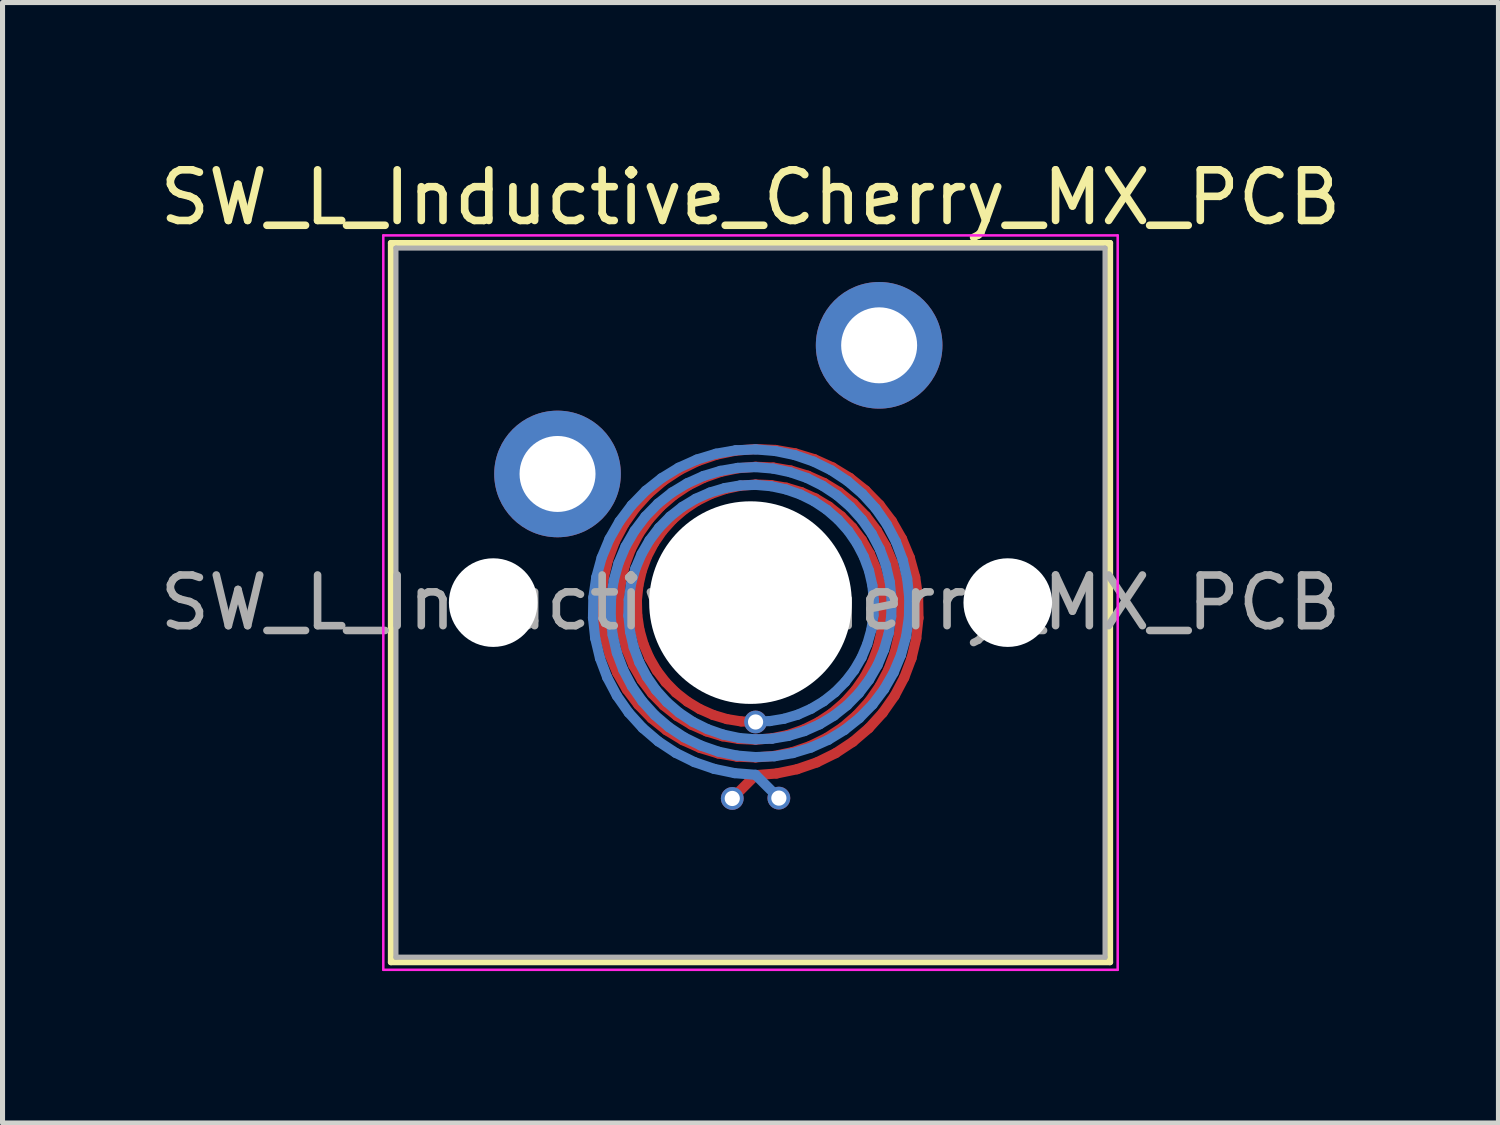
<source format=kicad_pcb>
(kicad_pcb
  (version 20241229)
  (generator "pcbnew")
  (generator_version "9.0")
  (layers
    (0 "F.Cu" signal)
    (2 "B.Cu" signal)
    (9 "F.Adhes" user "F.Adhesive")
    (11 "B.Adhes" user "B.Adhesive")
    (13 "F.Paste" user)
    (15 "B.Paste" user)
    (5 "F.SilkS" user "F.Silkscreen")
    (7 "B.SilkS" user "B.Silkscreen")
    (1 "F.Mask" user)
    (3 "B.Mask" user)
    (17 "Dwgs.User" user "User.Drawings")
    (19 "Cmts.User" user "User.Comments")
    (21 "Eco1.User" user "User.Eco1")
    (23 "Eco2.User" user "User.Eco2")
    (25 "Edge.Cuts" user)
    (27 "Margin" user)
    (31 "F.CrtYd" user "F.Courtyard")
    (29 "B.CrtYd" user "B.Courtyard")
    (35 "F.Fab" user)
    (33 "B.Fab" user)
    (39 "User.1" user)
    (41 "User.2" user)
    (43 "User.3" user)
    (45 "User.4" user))
  (footprint "SW_L_Inductive_Cherry_MX_PCB"
    (layer "F.Cu")
    (at 11.768 8.848)
    (property "Reference" "SW_L_Inductive_Cherry_MX_PCB" (at 0 -8 0) (layer "F.SilkS") (effects (font (size 1 1) (thickness 0.15))))
    (attr through_hole)
    (fp_line (start -2.942 -0.091) (end -2.901 -0.472) (stroke (width 0.2) (type solid)) (layer "F.Cu"))
    (fp_line (start -2.935 0.291) (end -2.942 -0.091) (stroke (width 0.2) (type solid)) (layer "F.Cu"))
    (fp_line (start -2.901 -0.472) (end -2.812 -0.846) (stroke (width 0.2) (type solid)) (layer "F.Cu"))
    (fp_line (start -2.88 0.669) (end -2.935 0.291) (stroke (width 0.2) (type solid)) (layer "F.Cu"))
    (fp_line (start -2.812 -0.846) (end -2.677 -1.207) (stroke (width 0.2) (type solid)) (layer "F.Cu"))
    (fp_line (start -2.779 1.035) (end -2.88 0.669) (stroke (width 0.2) (type solid)) (layer "F.Cu"))
    (fp_line (start -2.677 -1.207) (end -2.497 -1.548) (stroke (width 0.2) (type solid)) (layer "F.Cu"))
    (fp_line (start -2.633 1.386) (end -2.779 1.035) (stroke (width 0.2) (type solid)) (layer "F.Cu"))
    (fp_line (start -2.593 -0.069) (end -2.557 -0.407) (stroke (width 0.2) (type solid)) (layer "F.Cu"))
    (fp_line (start -2.586 0.269) (end -2.593 -0.069) (stroke (width 0.2) (type solid)) (layer "F.Cu"))
    (fp_line (start -2.557 -0.407) (end -2.479 -0.738) (stroke (width 0.2) (type solid)) (layer "F.Cu"))
    (fp_line (start -2.536 0.603) (end -2.586 0.269) (stroke (width 0.2) (type solid)) (layer "F.Cu"))
    (fp_line (start -2.497 -1.548) (end -2.275 -1.865) (stroke (width 0.2) (type solid)) (layer "F.Cu"))
    (fp_line (start -2.479 -0.738) (end -2.36 -1.058) (stroke (width 0.2) (type solid)) (layer "F.Cu"))
    (fp_line (start -2.446 0.927) (end -2.536 0.603) (stroke (width 0.2) (type solid)) (layer "F.Cu"))
    (fp_line (start -2.444 1.714) (end -2.633 1.386) (stroke (width 0.2) (type solid)) (layer "F.Cu"))
    (fp_line (start -2.36 -1.058) (end -2.202 -1.361) (stroke (width 0.2) (type solid)) (layer "F.Cu"))
    (fp_line (start -2.316 1.237) (end -2.446 0.927) (stroke (width 0.2) (type solid)) (layer "F.Cu"))
    (fp_line (start -2.275 -1.865) (end -2.015 -2.153) (stroke (width 0.2) (type solid)) (layer "F.Cu"))
    (fp_line (start -2.243 -0.047) (end -2.213 -0.341) (stroke (width 0.2) (type solid)) (layer "F.Cu"))
    (fp_line (start -2.236 0.247) (end -2.243 -0.047) (stroke (width 0.2) (type solid)) (layer "F.Cu"))
    (fp_line (start -2.216 2.016) (end -2.444 1.714) (stroke (width 0.2) (type solid)) (layer "F.Cu"))
    (fp_line (start -2.213 -0.341) (end -2.146 -0.63) (stroke (width 0.2) (type solid)) (layer "F.Cu"))
    (fp_line (start -2.202 -1.361) (end -2.006 -1.642) (stroke (width 0.2) (type solid)) (layer "F.Cu"))
    (fp_line (start -2.193 0.537) (end -2.236 0.247) (stroke (width 0.2) (type solid)) (layer "F.Cu"))
    (fp_line (start -2.148 1.527) (end -2.316 1.237) (stroke (width 0.2) (type solid)) (layer "F.Cu"))
    (fp_line (start -2.146 -0.63) (end -2.044 -0.909) (stroke (width 0.2) (type solid)) (layer "F.Cu"))
    (fp_line (start -2.113 0.819) (end -2.193 0.537) (stroke (width 0.2) (type solid)) (layer "F.Cu"))
    (fp_line (start -2.044 -0.909) (end -1.906 -1.173) (stroke (width 0.2) (type solid)) (layer "F.Cu"))
    (fp_line (start -2.015 -2.153) (end -1.72 -2.406) (stroke (width 0.2) (type solid)) (layer "F.Cu"))
    (fp_line (start -2.006 -1.642) (end -1.776 -1.897) (stroke (width 0.2) (type solid)) (layer "F.Cu"))
    (fp_line (start -1.999 1.088) (end -2.113 0.819) (stroke (width 0.2) (type solid)) (layer "F.Cu"))
    (fp_line (start -1.953 2.286) (end -2.216 2.016) (stroke (width 0.2) (type solid)) (layer "F.Cu"))
    (fp_line (start -1.946 1.793) (end -2.148 1.527) (stroke (width 0.2) (type solid)) (layer "F.Cu"))
    (fp_line (start -1.906 -1.173) (end -1.736 -1.419) (stroke (width 0.2) (type solid)) (layer "F.Cu"))
    (fp_line (start -1.853 1.339) (end -1.999 1.088) (stroke (width 0.2) (type solid)) (layer "F.Cu"))
    (fp_line (start -1.776 -1.897) (end -1.515 -2.122) (stroke (width 0.2) (type solid)) (layer "F.Cu"))
    (fp_line (start -1.736 -1.419) (end -1.536 -1.642) (stroke (width 0.2) (type solid)) (layer "F.Cu"))
    (fp_line (start -1.72 -2.406) (end -1.395 -2.62) (stroke (width 0.2) (type solid)) (layer "F.Cu"))
    (fp_line (start -1.713 2.031) (end -1.946 1.793) (stroke (width 0.2) (type solid)) (layer "F.Cu"))
    (fp_line (start -1.677 1.57) (end -1.853 1.339) (stroke (width 0.2) (type solid)) (layer "F.Cu"))
    (fp_line (start -1.659 2.521) (end -1.953 2.286) (stroke (width 0.2) (type solid)) (layer "F.Cu"))
    (fp_line (start -1.536 -1.642) (end -1.309 -1.839) (stroke (width 0.2) (type solid)) (layer "F.Cu"))
    (fp_line (start -1.515 -2.122) (end -1.227 -2.313) (stroke (width 0.2) (type solid)) (layer "F.Cu"))
    (fp_line (start -1.474 1.776) (end -1.677 1.57) (stroke (width 0.2) (type solid)) (layer "F.Cu"))
    (fp_line (start -1.453 2.237) (end -1.713 2.031) (stroke (width 0.2) (type solid)) (layer "F.Cu"))
    (fp_line (start -1.395 -2.62) (end -1.045 -2.793) (stroke (width 0.2) (type solid)) (layer "F.Cu"))
    (fp_line (start -1.338 2.716) (end -1.659 2.521) (stroke (width 0.2) (type solid)) (layer "F.Cu"))
    (fp_line (start -1.309 -1.839) (end -1.058 -2.007) (stroke (width 0.2) (type solid)) (layer "F.Cu"))
    (fp_line (start -1.247 1.954) (end -1.474 1.776) (stroke (width 0.2) (type solid)) (layer "F.Cu"))
    (fp_line (start -1.227 -2.313) (end -0.916 -2.467) (stroke (width 0.2) (type solid)) (layer "F.Cu"))
    (fp_line (start -1.169 2.409) (end -1.453 2.237) (stroke (width 0.2) (type solid)) (layer "F.Cu"))
    (fp_line (start -1.058 -2.007) (end -0.788 -2.142) (stroke (width 0.2) (type solid)) (layer "F.Cu"))
    (fp_line (start -1.045 -2.793) (end -0.675 -2.92) (stroke (width 0.2) (type solid)) (layer "F.Cu"))
    (fp_line (start -1.001 2.102) (end -1.247 1.954) (stroke (width 0.2) (type solid)) (layer "F.Cu"))
    (fp_line (start -0.996 2.869) (end -1.338 2.716) (stroke (width 0.2) (type solid)) (layer "F.Cu"))
    (fp_line (start -0.916 -2.467) (end -0.588 -2.581) (stroke (width 0.2) (type solid)) (layer "F.Cu"))
    (fp_line (start -0.867 2.543) (end -1.169 2.409) (stroke (width 0.2) (type solid)) (layer "F.Cu"))
    (fp_line (start -0.788 -2.142) (end -0.501 -2.242) (stroke (width 0.2) (type solid)) (layer "F.Cu"))
    (fp_line (start -0.739 2.218) (end -1.001 2.102) (stroke (width 0.2) (type solid)) (layer "F.Cu"))
    (fp_line (start -0.675 -2.92) (end -0.292 -3) (stroke (width 0.2) (type solid)) (layer "F.Cu"))
    (fp_line (start -0.639 2.978) (end -0.996 2.869) (stroke (width 0.2) (type solid)) (layer "F.Cu"))
    (fp_line (start -0.588 -2.581) (end -0.248 -2.653) (stroke (width 0.2) (type solid)) (layer "F.Cu"))
    (fp_line (start -0.552 2.639) (end -0.867 2.543) (stroke (width 0.2) (type solid)) (layer "F.Cu"))
    (fp_line (start -0.501 -2.242) (end -0.204 -2.306) (stroke (width 0.2) (type solid)) (layer "F.Cu"))
    (fp_line (start -0.465 2.3) (end -0.739 2.218) (stroke (width 0.2) (type solid)) (layer "F.Cu"))
    (fp_line (start -0.292 -3) (end 0.1 -3.032) (stroke (width 0.2) (type solid)) (layer "F.Cu"))
    (fp_line (start -0.271 3.041) (end -0.639 2.978) (stroke (width 0.2) (type solid)) (layer "F.Cu"))
    (fp_line (start -0.248 -2.653) (end 0.1 -2.682) (stroke (width 0.2) (type solid)) (layer "F.Cu"))
    (fp_line (start -0.228 2.693) (end -0.552 2.639) (stroke (width 0.2) (type solid)) (layer "F.Cu"))
    (fp_line (start -0.204 -2.306) (end 0.1 -2.332) (stroke (width 0.2) (type solid)) (layer "F.Cu"))
    (fp_line (start -0.184 2.346) (end -0.465 2.3) (stroke (width 0.2) (type solid)) (layer "F.Cu"))
    (fp_line (start 0.1 -3.032) (end 0.493 -3.014) (stroke (width 0.2) (type solid)) (layer "F.Cu"))
    (fp_line (start 0.1 -2.682) (end 0.45 -2.667) (stroke (width 0.2) (type solid)) (layer "F.Cu"))
    (fp_line (start 0.1 -2.332) (end 0.406 -2.32) (stroke (width 0.2) (type solid)) (layer "F.Cu"))
    (fp_line (start 0.1 2.357) (end -0.184 2.346) (stroke (width 0.2) (type solid)) (layer "F.Cu"))
    (fp_line (start 0.1 2.707) (end -0.228 2.693) (stroke (width 0.2) (type solid)) (layer "F.Cu"))
    (fp_line (start 0.1 3.057) (end -0.271 3.041) (stroke (width 0.2) (type solid)) (layer "F.Cu"))
    (fp_line (start 0.1 3.407) (end -0.36 3.867) (stroke (width 0.2) (type solid)) (layer "F.Cu"))
    (fp_line (start 0.406 -2.32) (end 0.708 -2.269) (stroke (width 0.2) (type solid)) (layer "F.Cu"))
    (fp_line (start 0.426 2.679) (end 0.1 2.707) (stroke (width 0.2) (type solid)) (layer "F.Cu"))
    (fp_line (start 0.45 -2.667) (end 0.795 -2.608) (stroke (width 0.2) (type solid)) (layer "F.Cu"))
    (fp_line (start 0.47 3.027) (end 0.1 3.057) (stroke (width 0.2) (type solid)) (layer "F.Cu"))
    (fp_line (start 0.493 -3.014) (end 0.882 -2.947) (stroke (width 0.2) (type solid)) (layer "F.Cu"))
    (fp_line (start 0.514 3.374) (end 0.1 3.407) (stroke (width 0.2) (type solid)) (layer "F.Cu"))
    (fp_line (start 0.708 -2.269) (end 1.003 -2.181) (stroke (width 0.2) (type solid)) (layer "F.Cu"))
    (fp_line (start 0.745 2.612) (end 0.426 2.679) (stroke (width 0.2) (type solid)) (layer "F.Cu"))
    (fp_line (start 0.795 -2.608) (end 1.132 -2.506) (stroke (width 0.2) (type solid)) (layer "F.Cu"))
    (fp_line (start 0.832 2.951) (end 0.47 3.027) (stroke (width 0.2) (type solid)) (layer "F.Cu"))
    (fp_line (start 0.882 -2.947) (end 1.261 -2.832) (stroke (width 0.2) (type solid)) (layer "F.Cu"))
    (fp_line (start 0.919 3.29) (end 0.514 3.374) (stroke (width 0.2) (type solid)) (layer "F.Cu"))
    (fp_line (start 1.003 -2.181) (end 1.285 -2.056) (stroke (width 0.2) (type solid)) (layer "F.Cu"))
    (fp_line (start 1.052 2.504) (end 0.745 2.612) (stroke (width 0.2) (type solid)) (layer "F.Cu"))
    (fp_line (start 1.132 -2.506) (end 1.454 -2.362) (stroke (width 0.2) (type solid)) (layer "F.Cu"))
    (fp_line (start 1.181 2.83) (end 0.832 2.951) (stroke (width 0.2) (type solid)) (layer "F.Cu"))
    (fp_line (start 1.261 -2.832) (end 1.622 -2.669) (stroke (width 0.2) (type solid)) (layer "F.Cu"))
    (fp_line (start 1.285 -2.056) (end 1.55 -1.896) (stroke (width 0.2) (type solid)) (layer "F.Cu"))
    (fp_line (start 1.31 3.155) (end 0.919 3.29) (stroke (width 0.2) (type solid)) (layer "F.Cu"))
    (fp_line (start 1.342 2.36) (end 1.052 2.504) (stroke (width 0.2) (type solid)) (layer "F.Cu"))
    (fp_line (start 1.454 -2.362) (end 1.756 -2.179) (stroke (width 0.2) (type solid)) (layer "F.Cu"))
    (fp_line (start 1.511 2.667) (end 1.181 2.83) (stroke (width 0.2) (type solid)) (layer "F.Cu"))
    (fp_line (start 1.55 -1.896) (end 1.794 -1.703) (stroke (width 0.2) (type solid)) (layer "F.Cu"))
    (fp_line (start 1.612 2.181) (end 1.342 2.36) (stroke (width 0.2) (type solid)) (layer "F.Cu"))
    (fp_line (start 1.622 -2.669) (end 1.962 -2.462) (stroke (width 0.2) (type solid)) (layer "F.Cu"))
    (fp_line (start 1.68 2.973) (end 1.31 3.155) (stroke (width 0.2) (type solid)) (layer "F.Cu"))
    (fp_line (start 1.756 -2.179) (end 2.033 -1.959) (stroke (width 0.2) (type solid)) (layer "F.Cu"))
    (fp_line (start 1.794 -1.703) (end 2.012 -1.481) (stroke (width 0.2) (type solid)) (layer "F.Cu"))
    (fp_line (start 1.818 2.464) (end 1.511 2.667) (stroke (width 0.2) (type solid)) (layer "F.Cu"))
    (fp_line (start 1.856 1.97) (end 1.612 2.181) (stroke (width 0.2) (type solid)) (layer "F.Cu"))
    (fp_line (start 1.962 -2.462) (end 2.273 -2.214) (stroke (width 0.2) (type solid)) (layer "F.Cu"))
    (fp_line (start 2.012 -1.481) (end 2.201 -1.233) (stroke (width 0.2) (type solid)) (layer "F.Cu"))
    (fp_line (start 2.023 2.747) (end 1.68 2.973) (stroke (width 0.2) (type solid)) (layer "F.Cu"))
    (fp_line (start 2.033 -1.959) (end 2.281 -1.705) (stroke (width 0.2) (type solid)) (layer "F.Cu"))
    (fp_line (start 2.071 1.731) (end 1.856 1.97) (stroke (width 0.2) (type solid)) (layer "F.Cu"))
    (fp_line (start 2.095 2.225) (end 1.818 2.464) (stroke (width 0.2) (type solid)) (layer "F.Cu"))
    (fp_line (start 2.201 -1.233) (end 2.358 -0.962) (stroke (width 0.2) (type solid)) (layer "F.Cu"))
    (fp_line (start 2.254 1.467) (end 2.071 1.731) (stroke (width 0.2) (type solid)) (layer "F.Cu"))
    (fp_line (start 2.273 -2.214) (end 2.551 -1.928) (stroke (width 0.2) (type solid)) (layer "F.Cu"))
    (fp_line (start 2.281 -1.705) (end 2.496 -1.421) (stroke (width 0.2) (type solid)) (layer "F.Cu"))
    (fp_line (start 2.335 2.48) (end 2.023 2.747) (stroke (width 0.2) (type solid)) (layer "F.Cu"))
    (fp_line (start 2.341 1.954) (end 2.095 2.225) (stroke (width 0.2) (type solid)) (layer "F.Cu"))
    (fp_line (start 2.358 -0.962) (end 2.48 -0.673) (stroke (width 0.2) (type solid)) (layer "F.Cu"))
    (fp_line (start 2.402 1.183) (end 2.254 1.467) (stroke (width 0.2) (type solid)) (layer "F.Cu"))
    (fp_line (start 2.48 -0.673) (end 2.565 -0.37) (stroke (width 0.2) (type solid)) (layer "F.Cu"))
    (fp_line (start 2.496 -1.421) (end 2.674 -1.111) (stroke (width 0.2) (type solid)) (layer "F.Cu"))
    (fp_line (start 2.513 0.884) (end 2.402 1.183) (stroke (width 0.2) (type solid)) (layer "F.Cu"))
    (fp_line (start 2.549 1.654) (end 2.341 1.954) (stroke (width 0.2) (type solid)) (layer "F.Cu"))
    (fp_line (start 2.551 -1.928) (end 2.792 -1.608) (stroke (width 0.2) (type solid)) (layer "F.Cu"))
    (fp_line (start 2.565 -0.37) (end 2.611 -0.058) (stroke (width 0.2) (type solid)) (layer "F.Cu"))
    (fp_line (start 2.585 0.574) (end 2.513 0.884) (stroke (width 0.2) (type solid)) (layer "F.Cu"))
    (fp_line (start 2.61 2.177) (end 2.335 2.48) (stroke (width 0.2) (type solid)) (layer "F.Cu"))
    (fp_line (start 2.611 -0.058) (end 2.618 0.258) (stroke (width 0.2) (type solid)) (layer "F.Cu"))
    (fp_line (start 2.618 0.258) (end 2.585 0.574) (stroke (width 0.2) (type solid)) (layer "F.Cu"))
    (fp_line (start 2.674 -1.111) (end 2.812 -0.781) (stroke (width 0.2) (type solid)) (layer "F.Cu"))
    (fp_line (start 2.719 1.332) (end 2.549 1.654) (stroke (width 0.2) (type solid)) (layer "F.Cu"))
    (fp_line (start 2.792 -1.608) (end 2.991 -1.26) (stroke (width 0.2) (type solid)) (layer "F.Cu"))
    (fp_line (start 2.812 -0.781) (end 2.908 -0.436) (stroke (width 0.2) (type solid)) (layer "F.Cu"))
    (fp_line (start 2.845 1.842) (end 2.61 2.177) (stroke (width 0.2) (type solid)) (layer "F.Cu"))
    (fp_line (start 2.846 0.992) (end 2.719 1.332) (stroke (width 0.2) (type solid)) (layer "F.Cu"))
    (fp_line (start 2.908 -0.436) (end 2.96 -0.08) (stroke (width 0.2) (type solid)) (layer "F.Cu"))
    (fp_line (start 2.929 0.64) (end 2.846 0.992) (stroke (width 0.2) (type solid)) (layer "F.Cu"))
    (fp_line (start 2.96 -0.08) (end 2.967 0.28) (stroke (width 0.2) (type solid)) (layer "F.Cu"))
    (fp_line (start 2.967 0.28) (end 2.929 0.64) (stroke (width 0.2) (type solid)) (layer "F.Cu"))
    (fp_line (start 2.991 -1.26) (end 3.145 -0.889) (stroke (width 0.2) (type solid)) (layer "F.Cu"))
    (fp_line (start 3.035 1.481) (end 2.845 1.842) (stroke (width 0.2) (type solid)) (layer "F.Cu"))
    (fp_line (start 3.145 -0.889) (end 3.252 -0.501) (stroke (width 0.2) (type solid)) (layer "F.Cu"))
    (fp_line (start 3.179 1.1) (end 3.035 1.481) (stroke (width 0.2) (type solid)) (layer "F.Cu"))
    (fp_line (start 3.252 -0.501) (end 3.31 -0.102) (stroke (width 0.2) (type solid)) (layer "F.Cu"))
    (fp_line (start 3.273 0.705) (end 3.179 1.1) (stroke (width 0.2) (type solid)) (layer "F.Cu"))
    (fp_line (start 3.31 -0.102) (end 3.317 0.302) (stroke (width 0.2) (type solid)) (layer "F.Cu"))
    (fp_line (start 3.317 0.302) (end 3.273 0.705) (stroke (width 0.2) (type solid)) (layer "F.Cu"))
    (fp_line (start -3.11 0.302) (end -3.103 -0.101) (stroke (width 0.2) (type solid)) (layer "B.Cu"))
    (fp_line (start -3.103 -0.101) (end -3.045 -0.5) (stroke (width 0.2) (type solid)) (layer "B.Cu"))
    (fp_line (start -3.066 0.704) (end -3.11 0.302) (stroke (width 0.2) (type solid)) (layer "B.Cu"))
    (fp_line (start -3.045 -0.5) (end -2.939 -0.887) (stroke (width 0.2) (type solid)) (layer "B.Cu"))
    (fp_line (start -2.972 1.098) (end -3.066 0.704) (stroke (width 0.2) (type solid)) (layer "B.Cu"))
    (fp_line (start -2.939 -0.887) (end -2.785 -1.257) (stroke (width 0.2) (type solid)) (layer "B.Cu"))
    (fp_line (start -2.829 1.478) (end -2.972 1.098) (stroke (width 0.2) (type solid)) (layer "B.Cu"))
    (fp_line (start -2.785 -1.257) (end -2.586 -1.604) (stroke (width 0.2) (type solid)) (layer "B.Cu"))
    (fp_line (start -2.76 0.28) (end -2.753 -0.08) (stroke (width 0.2) (type solid)) (layer "B.Cu"))
    (fp_line (start -2.753 -0.08) (end -2.701 -0.434) (stroke (width 0.2) (type solid)) (layer "B.Cu"))
    (fp_line (start -2.722 0.638) (end -2.76 0.28) (stroke (width 0.2) (type solid)) (layer "B.Cu"))
    (fp_line (start -2.701 -0.434) (end -2.606 -0.779) (stroke (width 0.2) (type solid)) (layer "B.Cu"))
    (fp_line (start -2.639 0.99) (end -2.722 0.638) (stroke (width 0.2) (type solid)) (layer "B.Cu"))
    (fp_line (start -2.639 1.838) (end -2.829 1.478) (stroke (width 0.2) (type solid)) (layer "B.Cu"))
    (fp_line (start -2.606 -0.779) (end -2.468 -1.108) (stroke (width 0.2) (type solid)) (layer "B.Cu"))
    (fp_line (start -2.586 -1.604) (end -2.346 -1.923) (stroke (width 0.2) (type solid)) (layer "B.Cu"))
    (fp_line (start -2.512 1.329) (end -2.639 0.99) (stroke (width 0.2) (type solid)) (layer "B.Cu"))
    (fp_line (start -2.468 -1.108) (end -2.29 -1.417) (stroke (width 0.2) (type solid)) (layer "B.Cu"))
    (fp_line (start -2.411 0.258) (end -2.404 -0.058) (stroke (width 0.2) (type solid)) (layer "B.Cu"))
    (fp_line (start -2.405 2.172) (end -2.639 1.838) (stroke (width 0.2) (type solid)) (layer "B.Cu"))
    (fp_line (start -2.404 -0.058) (end -2.358 -0.369) (stroke (width 0.2) (type solid)) (layer "B.Cu"))
    (fp_line (start -2.378 0.573) (end -2.411 0.258) (stroke (width 0.2) (type solid)) (layer "B.Cu"))
    (fp_line (start -2.358 -0.369) (end -2.273 -0.671) (stroke (width 0.2) (type solid)) (layer "B.Cu"))
    (fp_line (start -2.346 -1.923) (end -2.068 -2.209) (stroke (width 0.2) (type solid)) (layer "B.Cu"))
    (fp_line (start -2.343 1.651) (end -2.512 1.329) (stroke (width 0.2) (type solid)) (layer "B.Cu"))
    (fp_line (start -2.306 0.882) (end -2.378 0.573) (stroke (width 0.2) (type solid)) (layer "B.Cu"))
    (fp_line (start -2.29 -1.417) (end -2.076 -1.7) (stroke (width 0.2) (type solid)) (layer "B.Cu"))
    (fp_line (start -2.273 -0.671) (end -2.151 -0.959) (stroke (width 0.2) (type solid)) (layer "B.Cu"))
    (fp_line (start -2.196 1.18) (end -2.306 0.882) (stroke (width 0.2) (type solid)) (layer "B.Cu"))
    (fp_line (start -2.151 -0.959) (end -1.995 -1.229) (stroke (width 0.2) (type solid)) (layer "B.Cu"))
    (fp_line (start -2.135 1.949) (end -2.343 1.651) (stroke (width 0.2) (type solid)) (layer "B.Cu"))
    (fp_line (start -2.13 2.475) (end -2.405 2.172) (stroke (width 0.2) (type solid)) (layer "B.Cu"))
    (fp_line (start -2.076 -1.7) (end -1.828 -1.954) (stroke (width 0.2) (type solid)) (layer "B.Cu"))
    (fp_line (start -2.068 -2.209) (end -1.757 -2.456) (stroke (width 0.2) (type solid)) (layer "B.Cu"))
    (fp_line (start -2.048 1.463) (end -2.196 1.18) (stroke (width 0.2) (type solid)) (layer "B.Cu"))
    (fp_line (start -1.995 -1.229) (end -1.806 -1.477) (stroke (width 0.2) (type solid)) (layer "B.Cu"))
    (fp_line (start -1.891 2.22) (end -2.135 1.949) (stroke (width 0.2) (type solid)) (layer "B.Cu"))
    (fp_line (start -1.866 1.726) (end -2.048 1.463) (stroke (width 0.2) (type solid)) (layer "B.Cu"))
    (fp_line (start -1.828 -1.954) (end -1.552 -2.173) (stroke (width 0.2) (type solid)) (layer "B.Cu"))
    (fp_line (start -1.819 2.741) (end -2.13 2.475) (stroke (width 0.2) (type solid)) (layer "B.Cu"))
    (fp_line (start -1.806 -1.477) (end -1.589 -1.698) (stroke (width 0.2) (type solid)) (layer "B.Cu"))
    (fp_line (start -1.757 -2.456) (end -1.419 -2.663) (stroke (width 0.2) (type solid)) (layer "B.Cu"))
    (fp_line (start -1.651 1.965) (end -1.866 1.726) (stroke (width 0.2) (type solid)) (layer "B.Cu"))
    (fp_line (start -1.613 2.458) (end -1.891 2.22) (stroke (width 0.2) (type solid)) (layer "B.Cu"))
    (fp_line (start -1.589 -1.698) (end -1.346 -1.89) (stroke (width 0.2) (type solid)) (layer "B.Cu"))
    (fp_line (start -1.552 -2.173) (end -1.25 -2.356) (stroke (width 0.2) (type solid)) (layer "B.Cu"))
    (fp_line (start -1.476 2.967) (end -1.819 2.741) (stroke (width 0.2) (type solid)) (layer "B.Cu"))
    (fp_line (start -1.419 -2.663) (end -1.058 -2.825) (stroke (width 0.2) (type solid)) (layer "B.Cu"))
    (fp_line (start -1.408 2.175) (end -1.651 1.965) (stroke (width 0.2) (type solid)) (layer "B.Cu"))
    (fp_line (start -1.346 -1.89) (end -1.082 -2.05) (stroke (width 0.2) (type solid)) (layer "B.Cu"))
    (fp_line (start -1.308 2.661) (end -1.613 2.458) (stroke (width 0.2) (type solid)) (layer "B.Cu"))
    (fp_line (start -1.25 -2.356) (end -0.929 -2.5) (stroke (width 0.2) (type solid)) (layer "B.Cu"))
    (fp_line (start -1.139 2.354) (end -1.408 2.175) (stroke (width 0.2) (type solid)) (layer "B.Cu"))
    (fp_line (start -1.107 3.149) (end -1.476 2.967) (stroke (width 0.2) (type solid)) (layer "B.Cu"))
    (fp_line (start -1.082 -2.05) (end -0.8 -2.174) (stroke (width 0.2) (type solid)) (layer "B.Cu"))
    (fp_line (start -1.058 -2.825) (end -0.681 -2.94) (stroke (width 0.2) (type solid)) (layer "B.Cu"))
    (fp_line (start -0.978 2.823) (end -1.308 2.661) (stroke (width 0.2) (type solid)) (layer "B.Cu"))
    (fp_line (start -0.929 -2.5) (end -0.594 -2.601) (stroke (width 0.2) (type solid)) (layer "B.Cu"))
    (fp_line (start -0.849 2.498) (end -1.139 2.354) (stroke (width 0.2) (type solid)) (layer "B.Cu"))
    (fp_line (start -0.8 -2.174) (end -0.507 -2.262) (stroke (width 0.2) (type solid)) (layer "B.Cu"))
    (fp_line (start -0.717 3.283) (end -1.107 3.149) (stroke (width 0.2) (type solid)) (layer "B.Cu"))
    (fp_line (start -0.681 -2.94) (end -0.293 -3.007) (stroke (width 0.2) (type solid)) (layer "B.Cu"))
    (fp_line (start -0.63 2.944) (end -0.978 2.823) (stroke (width 0.2) (type solid)) (layer "B.Cu"))
    (fp_line (start -0.594 -2.601) (end -0.249 -2.66) (stroke (width 0.2) (type solid)) (layer "B.Cu"))
    (fp_line (start -0.543 2.605) (end -0.849 2.498) (stroke (width 0.2) (type solid)) (layer "B.Cu"))
    (fp_line (start -0.507 -2.262) (end -0.205 -2.313) (stroke (width 0.2) (type solid)) (layer "B.Cu"))
    (fp_line (start -0.313 3.367) (end -0.717 3.283) (stroke (width 0.2) (type solid)) (layer "B.Cu"))
    (fp_line (start -0.293 -3.007) (end 0.1 -3.025) (stroke (width 0.2) (type solid)) (layer "B.Cu"))
    (fp_line (start -0.269 3.02) (end -0.63 2.944) (stroke (width 0.2) (type solid)) (layer "B.Cu"))
    (fp_line (start -0.249 -2.66) (end 0.1 -2.675) (stroke (width 0.2) (type solid)) (layer "B.Cu"))
    (fp_line (start -0.225 2.673) (end -0.543 2.605) (stroke (width 0.2) (type solid)) (layer "B.Cu"))
    (fp_line (start -0.205 -2.313) (end 0.1 -2.325) (stroke (width 0.2) (type solid)) (layer "B.Cu"))
    (fp_line (start 0.1 -3.025) (end 0.491 -2.993) (stroke (width 0.2) (type solid)) (layer "B.Cu"))
    (fp_line (start 0.1 -2.675) (end 0.447 -2.646) (stroke (width 0.2) (type solid)) (layer "B.Cu"))
    (fp_line (start 0.1 -2.325) (end 0.403 -2.299) (stroke (width 0.2) (type solid)) (layer "B.Cu"))
    (fp_line (start 0.1 2.7) (end -0.225 2.673) (stroke (width 0.2) (type solid)) (layer "B.Cu"))
    (fp_line (start 0.1 3.05) (end -0.269 3.02) (stroke (width 0.2) (type solid)) (layer "B.Cu"))
    (fp_line (start 0.1 3.4) (end -0.313 3.367) (stroke (width 0.2) (type solid)) (layer "B.Cu"))
    (fp_line (start 0.383 2.339) (end 0.1 2.35) (stroke (width 0.2) (type solid)) (layer "B.Cu"))
    (fp_line (start 0.403 -2.299) (end 0.7 -2.235) (stroke (width 0.2) (type solid)) (layer "B.Cu"))
    (fp_line (start 0.427 2.686) (end 0.1 2.7) (stroke (width 0.2) (type solid)) (layer "B.Cu"))
    (fp_line (start 0.447 -2.646) (end 0.787 -2.574) (stroke (width 0.2) (type solid)) (layer "B.Cu"))
    (fp_line (start 0.471 3.034) (end 0.1 3.05) (stroke (width 0.2) (type solid)) (layer "B.Cu"))
    (fp_line (start 0.491 -2.993) (end 0.874 -2.913) (stroke (width 0.2) (type solid)) (layer "B.Cu"))
    (fp_line (start 0.56 3.86) (end 0.1 3.4) (stroke (width 0.2) (type solid)) (layer "B.Cu"))
    (fp_line (start 0.663 2.293) (end 0.383 2.339) (stroke (width 0.2) (type solid)) (layer "B.Cu"))
    (fp_line (start 0.7 -2.235) (end 0.985 -2.135) (stroke (width 0.2) (type solid)) (layer "B.Cu"))
    (fp_line (start 0.75 2.632) (end 0.427 2.686) (stroke (width 0.2) (type solid)) (layer "B.Cu"))
    (fp_line (start 0.787 -2.574) (end 1.114 -2.461) (stroke (width 0.2) (type solid)) (layer "B.Cu"))
    (fp_line (start 0.837 2.971) (end 0.471 3.034) (stroke (width 0.2) (type solid)) (layer "B.Cu"))
    (fp_line (start 0.874 -2.913) (end 1.243 -2.786) (stroke (width 0.2) (type solid)) (layer "B.Cu"))
    (fp_line (start 0.936 2.212) (end 0.663 2.293) (stroke (width 0.2) (type solid)) (layer "B.Cu"))
    (fp_line (start 0.985 -2.135) (end 1.255 -2.001) (stroke (width 0.2) (type solid)) (layer "B.Cu"))
    (fp_line (start 1.065 2.537) (end 0.75 2.632) (stroke (width 0.2) (type solid)) (layer "B.Cu"))
    (fp_line (start 1.114 -2.461) (end 1.423 -2.307) (stroke (width 0.2) (type solid)) (layer "B.Cu"))
    (fp_line (start 1.194 2.862) (end 0.837 2.971) (stroke (width 0.2) (type solid)) (layer "B.Cu"))
    (fp_line (start 1.197 2.096) (end 0.936 2.212) (stroke (width 0.2) (type solid)) (layer "B.Cu"))
    (fp_line (start 1.243 -2.786) (end 1.592 -2.614) (stroke (width 0.2) (type solid)) (layer "B.Cu"))
    (fp_line (start 1.255 -2.001) (end 1.505 -1.834) (stroke (width 0.2) (type solid)) (layer "B.Cu"))
    (fp_line (start 1.366 2.403) (end 1.065 2.537) (stroke (width 0.2) (type solid)) (layer "B.Cu"))
    (fp_line (start 1.423 -2.307) (end 1.711 -2.117) (stroke (width 0.2) (type solid)) (layer "B.Cu"))
    (fp_line (start 1.443 1.949) (end 1.197 2.096) (stroke (width 0.2) (type solid)) (layer "B.Cu"))
    (fp_line (start 1.505 -1.834) (end 1.731 -1.637) (stroke (width 0.2) (type solid)) (layer "B.Cu"))
    (fp_line (start 1.535 2.71) (end 1.194 2.862) (stroke (width 0.2) (type solid)) (layer "B.Cu"))
    (fp_line (start 1.592 -2.614) (end 1.916 -2.4) (stroke (width 0.2) (type solid)) (layer "B.Cu"))
    (fp_line (start 1.649 2.232) (end 1.366 2.403) (stroke (width 0.2) (type solid)) (layer "B.Cu"))
    (fp_line (start 1.669 1.771) (end 1.443 1.949) (stroke (width 0.2) (type solid)) (layer "B.Cu"))
    (fp_line (start 1.711 -2.117) (end 1.971 -1.892) (stroke (width 0.2) (type solid)) (layer "B.Cu"))
    (fp_line (start 1.731 -1.637) (end 1.931 -1.415) (stroke (width 0.2) (type solid)) (layer "B.Cu"))
    (fp_line (start 1.855 2.515) (end 1.535 2.71) (stroke (width 0.2) (type solid)) (layer "B.Cu"))
    (fp_line (start 1.871 1.565) (end 1.669 1.771) (stroke (width 0.2) (type solid)) (layer "B.Cu"))
    (fp_line (start 1.909 2.026) (end 1.649 2.232) (stroke (width 0.2) (type solid)) (layer "B.Cu"))
    (fp_line (start 1.916 -2.4) (end 2.21 -2.147) (stroke (width 0.2) (type solid)) (layer "B.Cu"))
    (fp_line (start 1.931 -1.415) (end 2.1 -1.169) (stroke (width 0.2) (type solid)) (layer "B.Cu"))
    (fp_line (start 1.971 -1.892) (end 2.2 -1.638) (stroke (width 0.2) (type solid)) (layer "B.Cu"))
    (fp_line (start 2.047 1.336) (end 1.871 1.565) (stroke (width 0.2) (type solid)) (layer "B.Cu"))
    (fp_line (start 2.1 -1.169) (end 2.237 -0.906) (stroke (width 0.2) (type solid)) (layer "B.Cu"))
    (fp_line (start 2.141 1.789) (end 1.909 2.026) (stroke (width 0.2) (type solid)) (layer "B.Cu"))
    (fp_line (start 2.148 2.281) (end 1.855 2.515) (stroke (width 0.2) (type solid)) (layer "B.Cu"))
    (fp_line (start 2.193 1.085) (end 2.047 1.336) (stroke (width 0.2) (type solid)) (layer "B.Cu"))
    (fp_line (start 2.2 -1.638) (end 2.396 -1.357) (stroke (width 0.2) (type solid)) (layer "B.Cu"))
    (fp_line (start 2.21 -2.147) (end 2.47 -1.861) (stroke (width 0.2) (type solid)) (layer "B.Cu"))
    (fp_line (start 2.237 -0.906) (end 2.34 -0.628) (stroke (width 0.2) (type solid)) (layer "B.Cu"))
    (fp_line (start 2.306 0.817) (end 2.193 1.085) (stroke (width 0.2) (type solid)) (layer "B.Cu"))
    (fp_line (start 2.34 -0.628) (end 2.406 -0.34) (stroke (width 0.2) (type solid)) (layer "B.Cu"))
    (fp_line (start 2.343 1.523) (end 2.141 1.789) (stroke (width 0.2) (type solid)) (layer "B.Cu"))
    (fp_line (start 2.386 0.536) (end 2.306 0.817) (stroke (width 0.2) (type solid)) (layer "B.Cu"))
    (fp_line (start 2.396 -1.357) (end 2.554 -1.055) (stroke (width 0.2) (type solid)) (layer "B.Cu"))
    (fp_line (start 2.406 -0.34) (end 2.436 -0.047) (stroke (width 0.2) (type solid)) (layer "B.Cu"))
    (fp_line (start 2.411 2.012) (end 2.148 2.281) (stroke (width 0.2) (type solid)) (layer "B.Cu"))
    (fp_line (start 2.429 0.247) (end 2.386 0.536) (stroke (width 0.2) (type solid)) (layer "B.Cu"))
    (fp_line (start 2.436 -0.047) (end 2.429 0.247) (stroke (width 0.2) (type solid)) (layer "B.Cu"))
    (fp_line (start 2.47 -1.861) (end 2.691 -1.544) (stroke (width 0.2) (type solid)) (layer "B.Cu"))
    (fp_line (start 2.51 1.234) (end 2.343 1.523) (stroke (width 0.2) (type solid)) (layer "B.Cu"))
    (fp_line (start 2.554 -1.055) (end 2.673 -0.736) (stroke (width 0.2) (type solid)) (layer "B.Cu"))
    (fp_line (start 2.638 1.711) (end 2.411 2.012) (stroke (width 0.2) (type solid)) (layer "B.Cu"))
    (fp_line (start 2.639 0.925) (end 2.51 1.234) (stroke (width 0.2) (type solid)) (layer "B.Cu"))
    (fp_line (start 2.673 -0.736) (end 2.75 -0.406) (stroke (width 0.2) (type solid)) (layer "B.Cu"))
    (fp_line (start 2.691 -1.544) (end 2.871 -1.204) (stroke (width 0.2) (type solid)) (layer "B.Cu"))
    (fp_line (start 2.73 0.602) (end 2.639 0.925) (stroke (width 0.2) (type solid)) (layer "B.Cu"))
    (fp_line (start 2.75 -0.406) (end 2.786 -0.069) (stroke (width 0.2) (type solid)) (layer "B.Cu"))
    (fp_line (start 2.779 0.269) (end 2.73 0.602) (stroke (width 0.2) (type solid)) (layer "B.Cu"))
    (fp_line (start 2.786 -0.069) (end 2.779 0.269) (stroke (width 0.2) (type solid)) (layer "B.Cu"))
    (fp_line (start 2.826 1.383) (end 2.638 1.711) (stroke (width 0.2) (type solid)) (layer "B.Cu"))
    (fp_line (start 2.871 -1.204) (end 3.005 -0.844) (stroke (width 0.2) (type solid)) (layer "B.Cu"))
    (fp_line (start 2.972 1.033) (end 2.826 1.383) (stroke (width 0.2) (type solid)) (layer "B.Cu"))
    (fp_line (start 3.005 -0.844) (end 3.094 -0.471) (stroke (width 0.2) (type solid)) (layer "B.Cu"))
    (fp_line (start 3.073 0.667) (end 2.972 1.033) (stroke (width 0.2) (type solid)) (layer "B.Cu"))
    (fp_line (start 3.094 -0.471) (end 3.135 -0.091) (stroke (width 0.2) (type solid)) (layer "B.Cu"))
    (fp_line (start 3.128 0.291) (end 3.073 0.667) (stroke (width 0.2) (type solid)) (layer "B.Cu"))
    (fp_line (start 3.135 -0.091) (end 3.128 0.291) (stroke (width 0.2) (type solid)) (layer "B.Cu"))
    (fp_line (start -7.1 -7.1) (end -7.1 7.1) (stroke (width 0.12) (type solid)) (layer "F.SilkS"))
    (fp_line (start -7.1 7.1) (end 7.1 7.1) (stroke (width 0.12) (type solid)) (layer "F.SilkS"))
    (fp_line (start 7.1 -7.1) (end -7.1 -7.1) (stroke (width 0.12) (type solid)) (layer "F.SilkS"))
    (fp_line (start 7.1 7.1) (end 7.1 -7.1) (stroke (width 0.12) (type solid)) (layer "F.SilkS"))
    (fp_line (start -7.25 -7.25) (end -7.25 7.25) (stroke (width 0.05) (type solid)) (layer "F.CrtYd"))
    (fp_line (start -7.25 7.25) (end 7.25 7.25) (stroke (width 0.05) (type solid)) (layer "F.CrtYd"))
    (fp_line (start 7.25 -7.25) (end -7.25 -7.25) (stroke (width 0.05) (type solid)) (layer "F.CrtYd"))
    (fp_line (start 7.25 7.25) (end 7.25 -7.25) (stroke (width 0.05) (type solid)) (layer "F.CrtYd"))
    (fp_line (start -7 -7) (end -7 7) (stroke (width 0.1) (type solid)) (layer "F.Fab"))
    (fp_line (start -7 7) (end 7 7) (stroke (width 0.1) (type solid)) (layer "F.Fab"))
    (fp_line (start 7 -7) (end -7 -7) (stroke (width 0.1) (type solid)) (layer "F.Fab"))
    (fp_line (start 7 7) (end 7 -7) (stroke (width 0.1) (type solid)) (layer "F.Fab"))
    (fp_text user "${REFERENCE}" (at 0 0 0) (layer "F.Fab") (effects (font (size 1 1) (thickness 0.15))))
    (pad "" np_thru_hole circle (at -5.08 0) (size 1.75 1.75) (drill 1.75) (layers "*.Cu" "*.Mask"))
    (pad "" np_thru_hole circle (at 0 0) (size 4 4) (drill 4) (layers "*.Cu" "*.Mask"))
    (pad "" thru_hole circle (at 0.1 2.357) (size 0.45 0.45) (drill 0.3) (layers "*.Cu"))
    (pad "" np_thru_hole circle (at 5.08 0) (size 1.75 1.75) (drill 1.75) (layers "*.Cu" "*.Mask"))
    (pad "1" thru_hole circle (at -3.81 -2.54) (size 2.5 2.5) (drill 1.5) (layers "*.Cu" "B.Mask"))
    (pad "2" thru_hole circle (at 2.54 -5.08) (size 2.5 2.5) (drill 1.5) (layers "*.Cu" "B.Mask"))
    (pad "3" thru_hole circle (at -0.36 3.867) (size 0.45 0.45) (drill 0.3) (layers "*.Cu"))
    (pad "4" thru_hole circle (at 0.56 3.86) (size 0.45 0.45) (drill 0.3) (layers "*.Cu")))
  (gr_rect
    (start -3 -3)
    (end 26.536 19.123)
    (stroke (width 0.1) (type default))
    (fill no)
    (layer "Edge.Cuts")))
</source>
